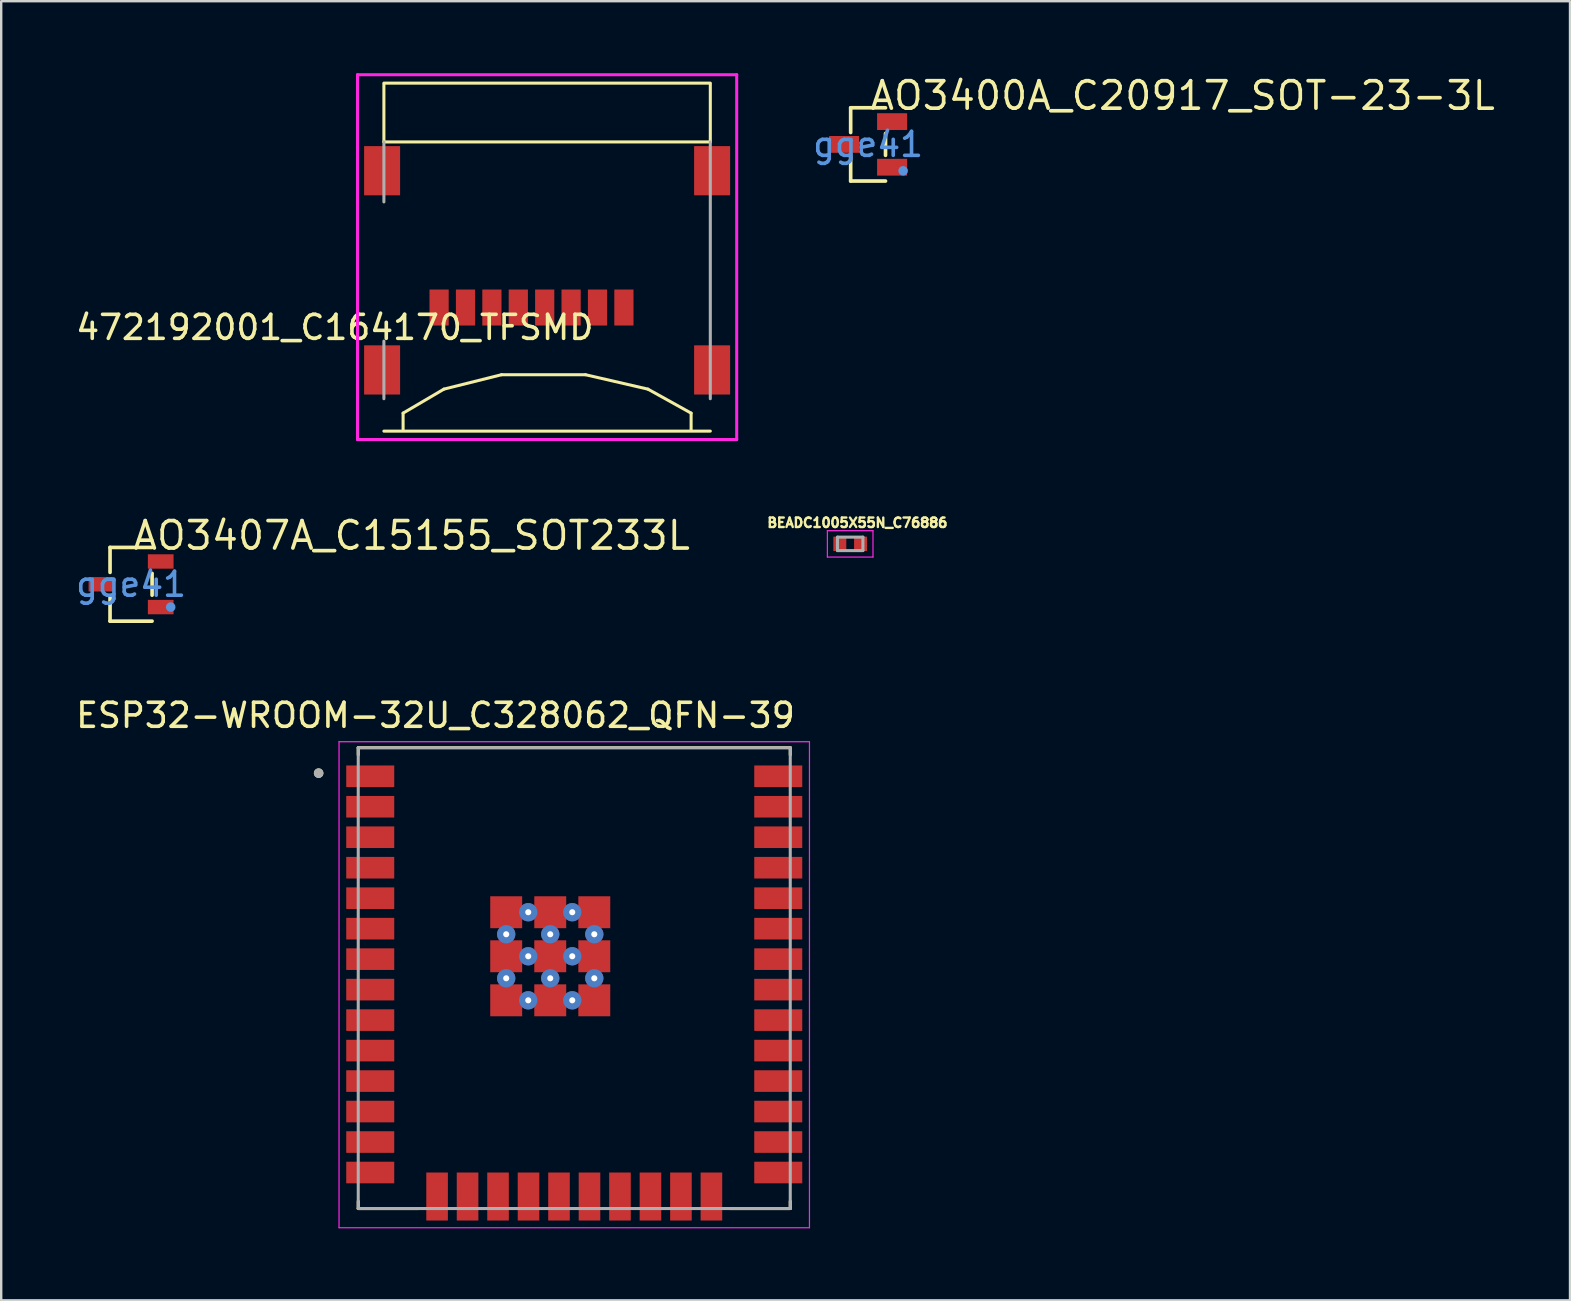
<source format=kicad_pcb>
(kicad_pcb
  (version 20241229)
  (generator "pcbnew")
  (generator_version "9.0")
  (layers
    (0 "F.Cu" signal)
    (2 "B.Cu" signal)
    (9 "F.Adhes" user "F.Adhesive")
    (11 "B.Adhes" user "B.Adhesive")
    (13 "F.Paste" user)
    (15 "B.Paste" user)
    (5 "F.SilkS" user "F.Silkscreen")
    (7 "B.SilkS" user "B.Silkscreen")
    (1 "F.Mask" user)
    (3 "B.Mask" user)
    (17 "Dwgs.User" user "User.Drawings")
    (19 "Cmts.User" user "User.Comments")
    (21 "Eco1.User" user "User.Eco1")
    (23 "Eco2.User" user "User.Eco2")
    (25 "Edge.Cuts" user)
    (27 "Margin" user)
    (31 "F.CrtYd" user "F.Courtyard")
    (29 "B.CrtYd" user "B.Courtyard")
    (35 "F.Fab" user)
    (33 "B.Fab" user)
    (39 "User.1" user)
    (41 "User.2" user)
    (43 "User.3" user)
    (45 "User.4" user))
  (footprint "AO3407A_C15155_SOT233L"
    (layer "F.Cu")
    (at 2.411 21.294)
    (property "Reference" "AO3407A_C15155_SOT233L" (at 0 -2.032 0) (layer "F.SilkS") (effects (font (size 1.143 1.143) (thickness 0.152)) (justify left)))
    (attr smd)
    (fp_line (start -0.876 -1.536) (end -0.876 -0.495) (stroke (width 0.152) (type solid)) (layer "F.SilkS"))
    (fp_line (start -0.876 1.536) (end -0.876 0.495) (stroke (width 0.152) (type solid)) (layer "F.SilkS"))
    (fp_line (start 0.876 -1.536) (end -0.876 -1.536) (stroke (width 0.152) (type solid)) (layer "F.SilkS"))
    (fp_line (start 0.876 -0.455) (end 0.876 0.455) (stroke (width 0.152) (type solid)) (layer "F.SilkS"))
    (fp_line (start 0.876 1.536) (end -0.876 1.536) (stroke (width 0.152) (type solid)) (layer "F.SilkS"))
    (fp_circle (center 1.651 0.95) (end 1.751 0.95) (stroke (width 0.2) (type solid)) (fill no) (layer "Cmts.User"))
    (fp_text user "gge41" (at 0 0 0) (layer "Cmts.User") (effects (font (size 1 1) (thickness 0.15))))
    (pad "1" smd rect (at 1.235 0.95) (size 1.07 0.6) (layers "F.Cu" "F.Mask" "F.Paste"))
    (pad "2" smd rect (at 1.235 -0.95) (size 1.07 0.6) (layers "F.Cu" "F.Mask" "F.Paste"))
    (pad "3" smd rect (at -1.235 0) (size 1.07 0.6) (layers "F.Cu" "F.Mask" "F.Paste")))
  (footprint "BEADC1005X55N_C76886"
    (layer "F.Cu")
    (at 32.373 19.61)
    (property "Reference" "BEADC1005X55N_C76886" (at 0.3 -0.88 0) (layer "F.SilkS") (effects (font (size 0.394 0.394) (thickness 0.15))))
    (attr through_hole)
    (fp_line (start -0.95 -0.55) (end 0.95 -0.55) (stroke (width 0.05) (type solid)) (layer "F.CrtYd"))
    (fp_line (start -0.95 0.55) (end -0.95 -0.55) (stroke (width 0.05) (type solid)) (layer "F.CrtYd"))
    (fp_line (start -0.95 0.55) (end 0.95 0.55) (stroke (width 0.05) (type solid)) (layer "F.CrtYd"))
    (fp_line (start 0.95 0.55) (end 0.95 -0.55) (stroke (width 0.05) (type solid)) (layer "F.CrtYd"))
    (fp_line (start -0.53 0.28) (end -0.53 -0.28) (stroke (width 0.127) (type solid)) (layer "F.Fab"))
    (fp_line (start 0.53 -0.28) (end -0.53 -0.28) (stroke (width 0.127) (type solid)) (layer "F.Fab"))
    (fp_line (start 0.53 0.28) (end -0.53 0.28) (stroke (width 0.127) (type solid)) (layer "F.Fab"))
    (fp_line (start 0.53 0.28) (end 0.53 -0.28) (stroke (width 0.127) (type solid)) (layer "F.Fab"))
    (pad "1" smd rect (at -0.432 0) (size 0.54 0.6) (layers "F.Cu" "F.Mask" "F.Paste"))
    (pad "2" smd rect (at 0.432 0) (size 0.54 0.6) (layers "F.Cu" "F.Mask" "F.Paste")))
  (footprint "ESP32-WROOM-32U_C328062_QFN-39"
    (layer "F.Cu")
    (at 20.876 37.703)
    (property "Reference" "ESP32-WROOM-32U_C328062_QFN-39" (at -5.782 -10.948 0) (layer "F.SilkS") (effects (font (size 1.001 1.001) (thickness 0.15))))
    (attr through_hole)
    (fp_line (start -9 -9.6) (end 9 -9.6) (stroke (width 0.127) (type solid)) (layer "F.SilkS"))
    (fp_line (start -9 -9.3) (end -9 -9.6) (stroke (width 0.127) (type solid)) (layer "F.SilkS"))
    (fp_line (start -9 9.3) (end -9 9.6) (stroke (width 0.127) (type solid)) (layer "F.SilkS"))
    (fp_line (start -9 9.6) (end -6.49 9.6) (stroke (width 0.127) (type solid)) (layer "F.SilkS"))
    (fp_line (start 6.49 9.6) (end 9 9.6) (stroke (width 0.127) (type solid)) (layer "F.SilkS"))
    (fp_line (start 9 -9.6) (end 9 -9.3) (stroke (width 0.127) (type solid)) (layer "F.SilkS"))
    (fp_line (start 9 9.6) (end 9 9.3) (stroke (width 0.127) (type solid)) (layer "F.SilkS"))
    (fp_circle (center -10.65 -8.54) (end -10.55 -8.54) (stroke (width 0.2) (type solid)) (fill no) (layer "F.SilkS"))
    (fp_line (start -9.8 -9.85) (end 9.8 -9.85) (stroke (width 0.05) (type solid)) (layer "F.CrtYd"))
    (fp_line (start -9.8 10.4) (end -9.8 -9.85) (stroke (width 0.05) (type solid)) (layer "F.CrtYd"))
    (fp_line (start 9.8 -9.85) (end 9.8 10.4) (stroke (width 0.05) (type solid)) (layer "F.CrtYd"))
    (fp_line (start 9.8 10.4) (end -9.8 10.4) (stroke (width 0.05) (type solid)) (layer "F.CrtYd"))
    (fp_line (start -9 -9.6) (end 9 -9.6) (stroke (width 0.127) (type solid)) (layer "F.Fab"))
    (fp_line (start -9 9.6) (end -9 -9.6) (stroke (width 0.127) (type solid)) (layer "F.Fab"))
    (fp_line (start 9 -9.6) (end 9 9.6) (stroke (width 0.127) (type solid)) (layer "F.Fab"))
    (fp_line (start 9 9.6) (end -9 9.6) (stroke (width 0.127) (type solid)) (layer "F.Fab"))
    (fp_circle (center -10.65 -8.54) (end -10.55 -8.54) (stroke (width 0.2) (type solid)) (fill no) (layer "F.Fab"))
    (pad "1" smd rect (at -8.5 -8.41) (size 2 0.9) (layers "F.Cu" "F.Mask" "F.Paste"))
    (pad "2" smd rect (at -8.5 -7.14) (size 2 0.9) (layers "F.Cu" "F.Mask" "F.Paste"))
    (pad "3" smd rect (at -8.5 -5.87) (size 2 0.9) (layers "F.Cu" "F.Mask" "F.Paste"))
    (pad "4" smd rect (at -8.5 -4.6) (size 2 0.9) (layers "F.Cu" "F.Mask" "F.Paste"))
    (pad "5" smd rect (at -8.5 -3.33) (size 2 0.9) (layers "F.Cu" "F.Mask" "F.Paste"))
    (pad "6" smd rect (at -8.5 -2.06) (size 2 0.9) (layers "F.Cu" "F.Mask" "F.Paste"))
    (pad "7" smd rect (at -8.5 -0.79) (size 2 0.9) (layers "F.Cu" "F.Mask" "F.Paste"))
    (pad "8" smd rect (at -8.5 0.48) (size 2 0.9) (layers "F.Cu" "F.Mask" "F.Paste"))
    (pad "9" smd rect (at -8.5 1.75) (size 2 0.9) (layers "F.Cu" "F.Mask" "F.Paste"))
    (pad "10" smd rect (at -8.5 3.02) (size 2 0.9) (layers "F.Cu" "F.Mask" "F.Paste"))
    (pad "11" smd rect (at -8.5 4.29) (size 2 0.9) (layers "F.Cu" "F.Mask" "F.Paste"))
    (pad "12" smd rect (at -8.5 5.56) (size 2 0.9) (layers "F.Cu" "F.Mask" "F.Paste"))
    (pad "13" smd rect (at -8.5 6.83) (size 2 0.9) (layers "F.Cu" "F.Mask" "F.Paste"))
    (pad "14" smd rect (at -8.5 8.1) (size 2 0.9) (layers "F.Cu" "F.Mask" "F.Paste"))
    (pad "15" smd rect (at -5.715 9.1) (size 0.9 2) (layers "F.Cu" "F.Mask" "F.Paste"))
    (pad "16" smd rect (at -4.445 9.1) (size 0.9 2) (layers "F.Cu" "F.Mask" "F.Paste"))
    (pad "17" smd rect (at -3.175 9.1) (size 0.9 2) (layers "F.Cu" "F.Mask" "F.Paste"))
    (pad "18" smd rect (at -1.905 9.1) (size 0.9 2) (layers "F.Cu" "F.Mask" "F.Paste"))
    (pad "19" smd rect (at -0.635 9.1) (size 0.9 2) (layers "F.Cu" "F.Mask" "F.Paste"))
    (pad "20" smd rect (at 0.635 9.1) (size 0.9 2) (layers "F.Cu" "F.Mask" "F.Paste"))
    (pad "21" smd rect (at 1.905 9.1) (size 0.9 2) (layers "F.Cu" "F.Mask" "F.Paste"))
    (pad "22" smd rect (at 3.175 9.1) (size 0.9 2) (layers "F.Cu" "F.Mask" "F.Paste"))
    (pad "23" smd rect (at 4.445 9.1) (size 0.9 2) (layers "F.Cu" "F.Mask" "F.Paste"))
    (pad "24" smd rect (at 5.715 9.1) (size 0.9 2) (layers "F.Cu" "F.Mask" "F.Paste"))
    (pad "25" smd rect (at 8.5 8.1) (size 2 0.9) (layers "F.Cu" "F.Mask" "F.Paste"))
    (pad "26" smd rect (at 8.5 6.83) (size 2 0.9) (layers "F.Cu" "F.Mask" "F.Paste"))
    (pad "27" smd rect (at 8.5 5.56) (size 2 0.9) (layers "F.Cu" "F.Mask" "F.Paste"))
    (pad "28" smd rect (at 8.5 4.29) (size 2 0.9) (layers "F.Cu" "F.Mask" "F.Paste"))
    (pad "29" smd rect (at 8.5 3.02) (size 2 0.9) (layers "F.Cu" "F.Mask" "F.Paste"))
    (pad "30" smd rect (at 8.5 1.75) (size 2 0.9) (layers "F.Cu" "F.Mask" "F.Paste"))
    (pad "31" smd rect (at 8.5 0.48) (size 2 0.9) (layers "F.Cu" "F.Mask" "F.Paste"))
    (pad "32" smd rect (at 8.5 -0.79) (size 2 0.9) (layers "F.Cu" "F.Mask" "F.Paste"))
    (pad "33" smd rect (at 8.5 -2.06) (size 2 0.9) (layers "F.Cu" "F.Mask" "F.Paste"))
    (pad "34" smd rect (at 8.5 -3.33) (size 2 0.9) (layers "F.Cu" "F.Mask" "F.Paste"))
    (pad "35" smd rect (at 8.5 -4.6) (size 2 0.9) (layers "F.Cu" "F.Mask" "F.Paste"))
    (pad "36" smd rect (at 8.5 -5.87) (size 2 0.9) (layers "F.Cu" "F.Mask" "F.Paste"))
    (pad "37" smd rect (at 8.5 -7.14) (size 2 0.9) (layers "F.Cu" "F.Mask" "F.Paste"))
    (pad "38" smd rect (at 8.5 -8.41) (size 2 0.9) (layers "F.Cu" "F.Mask" "F.Paste"))
    (pad "G.1" smd rect (at 0.835 -2.745) (size 1.33 1.33) (layers "F.Cu" "F.Mask" "F.Paste"))
    (pad "G.2" smd rect (at -1 -2.745) (size 1.33 1.33) (layers "F.Cu" "F.Mask" "F.Paste"))
    (pad "G.4" smd rect (at -2.835 -2.745) (size 1.33 1.33) (layers "F.Cu" "F.Mask" "F.Paste"))
    (pad "G.5" smd rect (at 0.835 -0.91) (size 1.33 1.33) (layers "F.Cu" "F.Mask" "F.Paste"))
    (pad "G.6" smd rect (at -1 -0.91) (size 1.33 1.33) (layers "F.Cu" "F.Mask" "F.Paste"))
    (pad "G.7" smd rect (at -2.835 -0.91) (size 1.33 1.33) (layers "F.Cu" "F.Mask" "F.Paste"))
    (pad "G.8" smd rect (at 0.835 0.925) (size 1.33 1.33) (layers "F.Cu" "F.Mask" "F.Paste"))
    (pad "G.9" smd rect (at -1 0.925) (size 1.33 1.33) (layers "F.Cu" "F.Mask" "F.Paste"))
    (pad "G.10" smd rect (at -2.835 0.925) (size 1.33 1.33) (layers "F.Cu" "F.Mask" "F.Paste"))
    (pad "G.11" thru_hole circle (at -0.083 -2.745) (size 0.762 0.762) (drill 0.254) (layers "*.Cu" "*.Mask"))
    (pad "G.12" thru_hole circle (at -1.917 -2.745) (size 0.762 0.762) (drill 0.254) (layers "*.Cu" "*.Mask"))
    (pad "G.13" thru_hole circle (at 0.835 -1.827) (size 0.762 0.762) (drill 0.254) (layers "*.Cu" "*.Mask"))
    (pad "G.14" thru_hole circle (at -1 -1.827) (size 0.762 0.762) (drill 0.254) (layers "*.Cu" "*.Mask"))
    (pad "G.15" thru_hole circle (at -2.835 -1.827) (size 0.762 0.762) (drill 0.254) (layers "*.Cu" "*.Mask"))
    (pad "G.16" thru_hole circle (at -0.083 -0.91) (size 0.762 0.762) (drill 0.254) (layers "*.Cu" "*.Mask"))
    (pad "G.17" thru_hole circle (at -1.917 -0.91) (size 0.762 0.762) (drill 0.254) (layers "*.Cu" "*.Mask"))
    (pad "G.18" thru_hole circle (at 0.835 0.007) (size 0.762 0.762) (drill 0.254) (layers "*.Cu" "*.Mask"))
    (pad "G.19" thru_hole circle (at -1 0.007) (size 0.762 0.762) (drill 0.254) (layers "*.Cu" "*.Mask"))
    (pad "G.20" thru_hole circle (at -2.835 0.007) (size 0.762 0.762) (drill 0.254) (layers "*.Cu" "*.Mask"))
    (pad "G.21" thru_hole circle (at -0.083 0.925) (size 0.762 0.762) (drill 0.254) (layers "*.Cu" "*.Mask"))
    (pad "G.22" thru_hole circle (at -1.917 0.925) (size 0.762 0.762) (drill 0.254) (layers "*.Cu" "*.Mask")))
  (footprint "AO3400A_C20917_SOT-23-3L"
    (layer "F.Cu")
    (at 33.119 2.967)
    (property "Reference" "AO3400A_C20917_SOT-23-3L" (at 0 -2.032 0) (layer "F.SilkS") (effects (font (size 1.143 1.143) (thickness 0.152)) (justify left)))
    (attr smd)
    (fp_line (start -0.726 -1.526) (end -0.726 -0.495) (stroke (width 0.152) (type solid)) (layer "F.SilkS"))
    (fp_line (start -0.726 1.526) (end -0.726 0.495) (stroke (width 0.152) (type solid)) (layer "F.SilkS"))
    (fp_line (start 0.726 -1.526) (end -0.726 -1.526) (stroke (width 0.152) (type solid)) (layer "F.SilkS"))
    (fp_line (start 0.726 -0.455) (end 0.726 0.455) (stroke (width 0.152) (type solid)) (layer "F.SilkS"))
    (fp_line (start 0.726 1.526) (end -0.726 1.526) (stroke (width 0.152) (type solid)) (layer "F.SilkS"))
    (fp_circle (center 1.46 1.1) (end 1.56 1.1) (stroke (width 0.2) (type solid)) (fill no) (layer "Cmts.User"))
    (fp_text user "gge41" (at 0 0 0) (layer "Cmts.User") (effects (font (size 1 1) (thickness 0.15))))
    (pad "1" smd rect (at 1 0.95) (size 1.25 0.7) (layers "F.Cu" "F.Mask" "F.Paste"))
    (pad "2" smd rect (at 1 -0.95) (size 1.25 0.7) (layers "F.Cu" "F.Mask" "F.Paste"))
    (pad "3" smd rect (at -1 0) (size 1.25 0.7) (layers "F.Cu" "F.Mask" "F.Paste")))
  (footprint "472192001_C164170_TFSMD"
    (layer "F.Cu")
    (at 19.745 7.663)
    (property "Reference" "472192001_C164170_TFSMD" (at -8.846 2.928 180) (layer "F.SilkS") (effects (font (size 1.001 1.001) (thickness 0.15))))
    (attr through_hole)
    (fp_line (start -6.8 -7.25) (end 6.8 -7.25) (stroke (width 0.127) (type solid)) (layer "F.SilkS"))
    (fp_line (start -6.8 -7.2) (end -6.8 -4.8) (stroke (width 0.127) (type solid)) (layer "F.SilkS"))
    (fp_line (start -6.8 -4.8) (end 6.8 -4.8) (stroke (width 0.127) (type solid)) (layer "F.SilkS"))
    (fp_line (start -6.8 7.25) (end 6.8 7.25) (stroke (width 0.127) (type solid)) (layer "F.SilkS"))
    (fp_line (start -6 6.5) (end -4.3 5.5) (stroke (width 0.127) (type solid)) (layer "F.SilkS"))
    (fp_line (start -6 7.2) (end -6 6.5) (stroke (width 0.127) (type solid)) (layer "F.SilkS"))
    (fp_line (start -4.3 5.5) (end -1.9 4.9) (stroke (width 0.127) (type solid)) (layer "F.SilkS"))
    (fp_line (start -1.9 4.9) (end 1.6 4.9) (stroke (width 0.127) (type solid)) (layer "F.SilkS"))
    (fp_line (start 1.6 4.9) (end 4.2 5.5) (stroke (width 0.127) (type solid)) (layer "F.SilkS"))
    (fp_line (start 4.2 5.5) (end 6 6.5) (stroke (width 0.127) (type solid)) (layer "F.SilkS"))
    (fp_line (start 6 7.2) (end 6 6.5) (stroke (width 0.127) (type solid)) (layer "F.SilkS"))
    (fp_line (start 6.8 -7.2) (end 6.8 -4.8) (stroke (width 0.127) (type solid)) (layer "F.SilkS"))
    (fp_line (start -7.9 -7.6) (end 7.9 -7.6) (stroke (width 0.127) (type solid)) (layer "F.CrtYd"))
    (fp_line (start -7.9 7.6) (end -7.9 -7.6) (stroke (width 0.127) (type solid)) (layer "F.CrtYd"))
    (fp_line (start 7.9 -7.6) (end 7.9 7.6) (stroke (width 0.127) (type solid)) (layer "F.CrtYd"))
    (fp_line (start 7.9 7.6) (end -7.9 7.6) (stroke (width 0.127) (type solid)) (layer "F.CrtYd"))
    (fp_line (start -6.8 -2.3) (end -6.8 -4.8) (stroke (width 0.127) (type solid)) (layer "F.Fab"))
    (fp_line (start -6.8 5.9) (end -6.8 3.5) (stroke (width 0.127) (type solid)) (layer "F.Fab"))
    (fp_line (start 6.8 -4.8) (end 6.8 5.9) (stroke (width 0.127) (type solid)) (layer "F.Fab"))
    (pad "1" smd rect (at 3.2 2.1) (size 0.8 1.5) (layers "F.Cu" "F.Mask" "F.Paste"))
    (pad "2" smd rect (at 2.1 2.1) (size 0.8 1.5) (layers "F.Cu" "F.Mask" "F.Paste"))
    (pad "3" smd rect (at 1 2.1) (size 0.8 1.5) (layers "F.Cu" "F.Mask" "F.Paste"))
    (pad "4" smd rect (at -0.1 2.1) (size 0.8 1.5) (layers "F.Cu" "F.Mask" "F.Paste"))
    (pad "5" smd rect (at -1.2 2.1) (size 0.8 1.5) (layers "F.Cu" "F.Mask" "F.Paste"))
    (pad "6" smd rect (at -2.3 2.1) (size 0.8 1.5) (layers "F.Cu" "F.Mask" "F.Paste"))
    (pad "7" smd rect (at -3.4 2.1) (size 0.8 1.5) (layers "F.Cu" "F.Mask" "F.Paste"))
    (pad "8" smd rect (at -4.5 2.1) (size 0.8 1.5) (layers "F.Cu" "F.Mask" "F.Paste"))
    (pad "G1" smd rect (at 6.875 4.7) (size 1.5 2.05) (layers "F.Cu" "F.Mask" "F.Paste"))
    (pad "G2" smd rect (at 6.875 -3.6) (size 1.5 2.05) (layers "F.Cu" "F.Mask" "F.Paste"))
    (pad "G3" smd rect (at -6.875 -3.6) (size 1.5 2.05) (layers "F.Cu" "F.Mask" "F.Paste"))
    (pad "G4" smd rect (at -6.875 4.7) (size 1.5 2.05) (layers "F.Cu" "F.Mask" "F.Paste")))
  (gr_rect
    (start -3 -3)
    (end 62.364 51.128)
    (stroke (width 0.1) (type default))
    (fill no)
    (layer "Edge.Cuts")))
</source>
